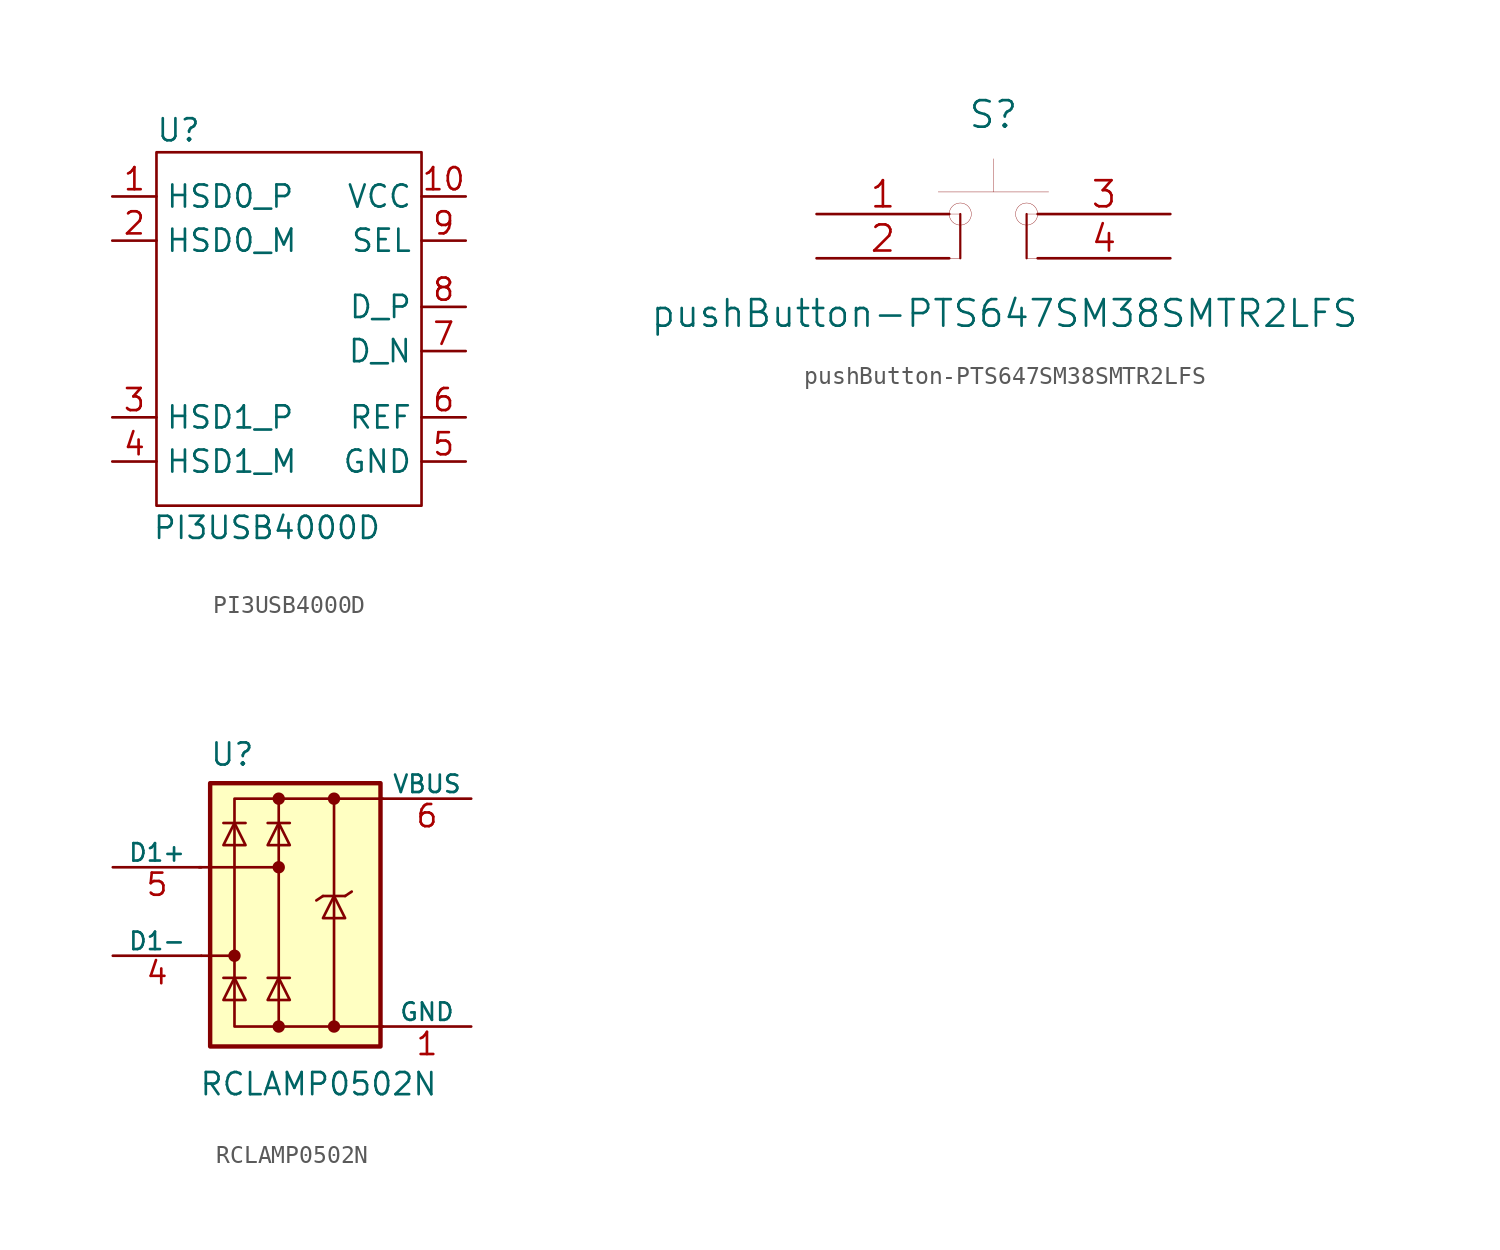
<source format=kicad_sym>
(kicad_symbol_lib
  (version 20231120)
  (generator "kicad_symbol_editor")
  (generator_version "8.0")
  (symbol "PI3USB4000D"
    (property "Reference" "U"
      (at -7.62 20.32 0)
      (effects (font (size 1.27 1.27))))
    (property "Value" "PI3USB4000D"
      (at -2.54 -2.54 0)
      (effects (font (size 1.27 1.27))))
    (symbol "PI3USB4000D_0_0"
      (pin bidirectional line (at -11.43 16.51 0) (length 2.54) (name "HSD0_P" (effects (font (size 1.27 1.27)))) (number "1" (effects (font (size 1.27 1.27)))))
      (pin power_in line (at 8.89 16.51 180) (length 2.54) (name "VCC" (effects (font (size 1.27 1.27)))) (number "10" (effects (font (size 1.27 1.27)))))
      (pin bidirectional line (at -11.43 13.97 0) (length 2.54) (name "HSD0_M" (effects (font (size 1.27 1.27)))) (number "2" (effects (font (size 1.27 1.27)))))
      (pin bidirectional line (at -11.43 3.81 0) (length 2.54) (name "HSD1_P" (effects (font (size 1.27 1.27)))) (number "3" (effects (font (size 1.27 1.27)))))
      (pin bidirectional line (at -11.43 1.27 0) (length 2.54) (name "HSD1_M" (effects (font (size 1.27 1.27)))) (number "4" (effects (font (size 1.27 1.27)))))
      (pin power_in line (at 8.89 1.27 180) (length 2.54) (name "GND" (effects (font (size 1.27 1.27)))) (number "5" (effects (font (size 1.27 1.27)))))
      (pin input line (at 8.89 3.81 180) (length 2.54) (name "REF" (effects (font (size 1.27 1.27)))) (number "6" (effects (font (size 1.27 1.27)))))
      (pin bidirectional line (at 8.89 7.62 180) (length 2.54) (name "D_N" (effects (font (size 1.27 1.27)))) (number "7" (effects (font (size 1.27 1.27)))))
      (pin bidirectional line (at 8.89 10.16 180) (length 2.54) (name "D_P" (effects (font (size 1.27 1.27)))) (number "8" (effects (font (size 1.27 1.27)))))
      (pin input line (at 8.89 13.97 180) (length 2.54) (name "SEL" (effects (font (size 1.27 1.27)))) (number "9" (effects (font (size 1.27 1.27))))))
    (symbol "PI3USB4000D_0_1"
      (rectangle (start -8.89 19.05) (end 6.35 -1.27) (stroke (width 0) (type default)) (fill (type none)))))
  (symbol "pushButton-PTS647SM38SMTR2LFS"
    (pin_names
      (offset 0.02) hide)
    (property "Reference" "S"
      (at 0 5.715 0)
      (effects (font (size 1.524 1.524))))
    (property "Value" "pushButton-PTS647SM38SMTR2LFS"
      (at 0.635 -5.715 0)
      (effects (font (size 1.524 1.524))))
    (symbol "pushButton-PTS647SM38SMTR2LFS_0_1"
      (circle (center -1.905 0) (radius 0.635) (stroke (width 0.001) (type default)) (fill (type none)))
      (polyline (pts (xy -3.175 1.27) (xy 3.175 1.27)) (stroke (width 0.001) (type default)) (fill (type none)))
      (polyline (pts (xy -1.905 -2.54) (xy -2.54 -2.54)) (stroke (width 0.001) (type default)) (fill (type none)))
      (polyline (pts (xy -1.905 0) (xy -2.54 0)) (stroke (width 0.001) (type default)) (fill (type none)))
      (polyline (pts (xy 1.905 -2.54) (xy 2.54 -2.54)) (stroke (width 0.001) (type default)) (fill (type none)))
      (polyline (pts (xy 1.905 0) (xy 2.54 0)) (stroke (width 0.001) (type default)) (fill (type none)))
      (polyline (pts (xy 0 1.27) (xy 0 3.175) (xy 0 3.175)) (stroke (width 0.001) (type default)) (fill (type none)))
      (circle (center 1.905 0) (radius 0.635) (stroke (width 0.001) (type default)) (fill (type none))))
    (symbol "pushButton-PTS647SM38SMTR2LFS_1_1"
      (polyline (pts (xy -1.905 0) (xy -1.905 -2.54)) (stroke (width 0.127) (type default)) (fill (type none)))
      (polyline (pts (xy 1.905 -2.54) (xy 1.905 0)) (stroke (width 0.127) (type default)) (fill (type none)))
      (pin passive line (at -10.16 0 0) (length 7.62) (name "1" (effects (font (size 1.499 1.499)))) (number "1" (effects (font (size 1.499 1.499)))))
      (pin passive line (at -10.16 -2.54 0) (length 7.62) (name "2" (effects (font (size 1.499 1.499)))) (number "2" (effects (font (size 1.499 1.499)))))
      (pin passive line (at 10.16 0 180) (length 7.62) (name "3" (effects (font (size 1.499 1.499)))) (number "3" (effects (font (size 1.499 1.499)))))
      (pin passive line (at 10.16 -2.54 180) (length 7.62) (name "4" (effects (font (size 1.499 1.499)))) (number "4" (effects (font (size 1.499 1.499)))))))
  (symbol "RCLAMP0502N"
    (pin_names
      (offset 0))
    (property "Reference" "U"
      (at -5.842 9.017 0)
      (effects (font (size 1.27 1.27))))
    (property "Value" "RCLAMP0502N"
      (at -0.889 -9.906 0)
      (effects (font (size 1.27 1.27))))
    (symbol "RCLAMP0502N_0_0"
      (rectangle (start -5.715 6.477) (end 0 -6.604) (stroke (width 0) (type default)) (fill (type none)))
      (polyline (pts (xy -3.175 -6.604) (xy -3.175 6.477)) (stroke (width 0) (type default)) (fill (type none))))
    (symbol "RCLAMP0502N_0_1"
      (rectangle (start -7.112 7.366) (end 2.667 -7.747) (stroke (width 0.254) (type default)) (fill (type background)))
      (circle (center -5.715 -2.54) (radius 0.279) (stroke (width 0) (type default)) (fill (type outline)))
      (circle (center -3.175 -6.604) (radius 0.279) (stroke (width 0) (type default)) (fill (type outline)))
      (circle (center -3.175 2.54) (radius 0.279) (stroke (width 0) (type default)) (fill (type outline)))
      (circle (center -3.175 6.477) (radius 0.279) (stroke (width 0) (type default)) (fill (type outline)))
      (circle (center 0 -6.604) (radius 0.279) (stroke (width 0) (type default)) (fill (type outline)))
      (polyline (pts (xy -7.747 2.54) (xy -3.175 2.54)) (stroke (width 0) (type default)) (fill (type none)))
      (polyline (pts (xy -7.62 -2.54) (xy -5.715 -2.54)) (stroke (width 0) (type default)) (fill (type none)))
      (polyline (pts (xy -5.08 -3.81) (xy -6.35 -3.81)) (stroke (width 0) (type default)) (fill (type none)))
      (polyline (pts (xy -5.08 5.08) (xy -6.35 5.08)) (stroke (width 0) (type default)) (fill (type none)))
      (polyline (pts (xy -2.54 -3.81) (xy -3.81 -3.81)) (stroke (width 0) (type default)) (fill (type none)))
      (polyline (pts (xy -2.54 5.08) (xy -3.81 5.08)) (stroke (width 0) (type default)) (fill (type none)))
      (polyline (pts (xy -0.635 0.889) (xy -1.016 0.635)) (stroke (width 0) (type default)) (fill (type none)))
      (polyline (pts (xy 0 -6.604) (xy 2.794 -6.604)) (stroke (width 0.152) (type default)) (fill (type none)))
      (polyline (pts (xy 0 6.477) (xy 2.794 6.477)) (stroke (width 0.152) (type default)) (fill (type none)))
      (polyline (pts (xy 0.635 0.889) (xy -0.635 0.889)) (stroke (width 0) (type default)) (fill (type none)))
      (polyline (pts (xy 0.635 0.889) (xy 1.016 1.143)) (stroke (width 0) (type default)) (fill (type none)))
      (polyline (pts (xy -5.08 -5.08) (xy -6.35 -5.08) (xy -5.715 -3.81) (xy -5.08 -5.08)) (stroke (width 0) (type default)) (fill (type none)))
      (polyline (pts (xy -5.08 3.81) (xy -6.35 3.81) (xy -5.715 5.08) (xy -5.08 3.81)) (stroke (width 0) (type default)) (fill (type none)))
      (polyline (pts (xy -2.54 -5.08) (xy -3.81 -5.08) (xy -3.175 -3.81) (xy -2.54 -5.08)) (stroke (width 0) (type default)) (fill (type none)))
      (polyline (pts (xy -2.54 3.81) (xy -3.81 3.81) (xy -3.175 5.08) (xy -2.54 3.81)) (stroke (width 0) (type default)) (fill (type none)))
      (polyline (pts (xy 0.635 -0.381) (xy -0.635 -0.381) (xy 0 0.889) (xy 0.635 -0.381)) (stroke (width 0) (type default)) (fill (type none)))
      (circle (center 0 6.477) (radius 0.279) (stroke (width 0) (type default)) (fill (type outline))))
    (symbol "RCLAMP0502N_1_1"
      (pin power_in line (at 7.874 -6.604 180) (length 5.08) (name "GND" (effects (font (size 1 1)))) (number "1" (effects (font (size 1.27 1.27)))))
      (pin passive line (at -12.7 2.54 0) (length 5.08) hide (name "~" (effects (font (size 1.27 1.27)))) (number "2" (effects (font (size 1.27 1.27)))))
      (pin passive line (at -12.7 -2.54 0) (length 5.08) hide (name "~" (effects (font (size 1.27 1.27)))) (number "3" (effects (font (size 1.27 1.27)))))
      (pin passive line (at -12.7 -2.54 0) (length 5.08) (name "D1-" (effects (font (size 1 1)))) (number "4" (effects (font (size 1.27 1.27)))))
      (pin passive line (at -12.7 2.54 0) (length 5.08) (name "D1+" (effects (font (size 1 1)))) (number "5" (effects (font (size 1.27 1.27)))))
      (pin power_in line (at 7.874 6.477 180) (length 5.08) (name "VBUS" (effects (font (size 1 1)))) (number "6" (effects (font (size 1.27 1.27))))))))
</source>
